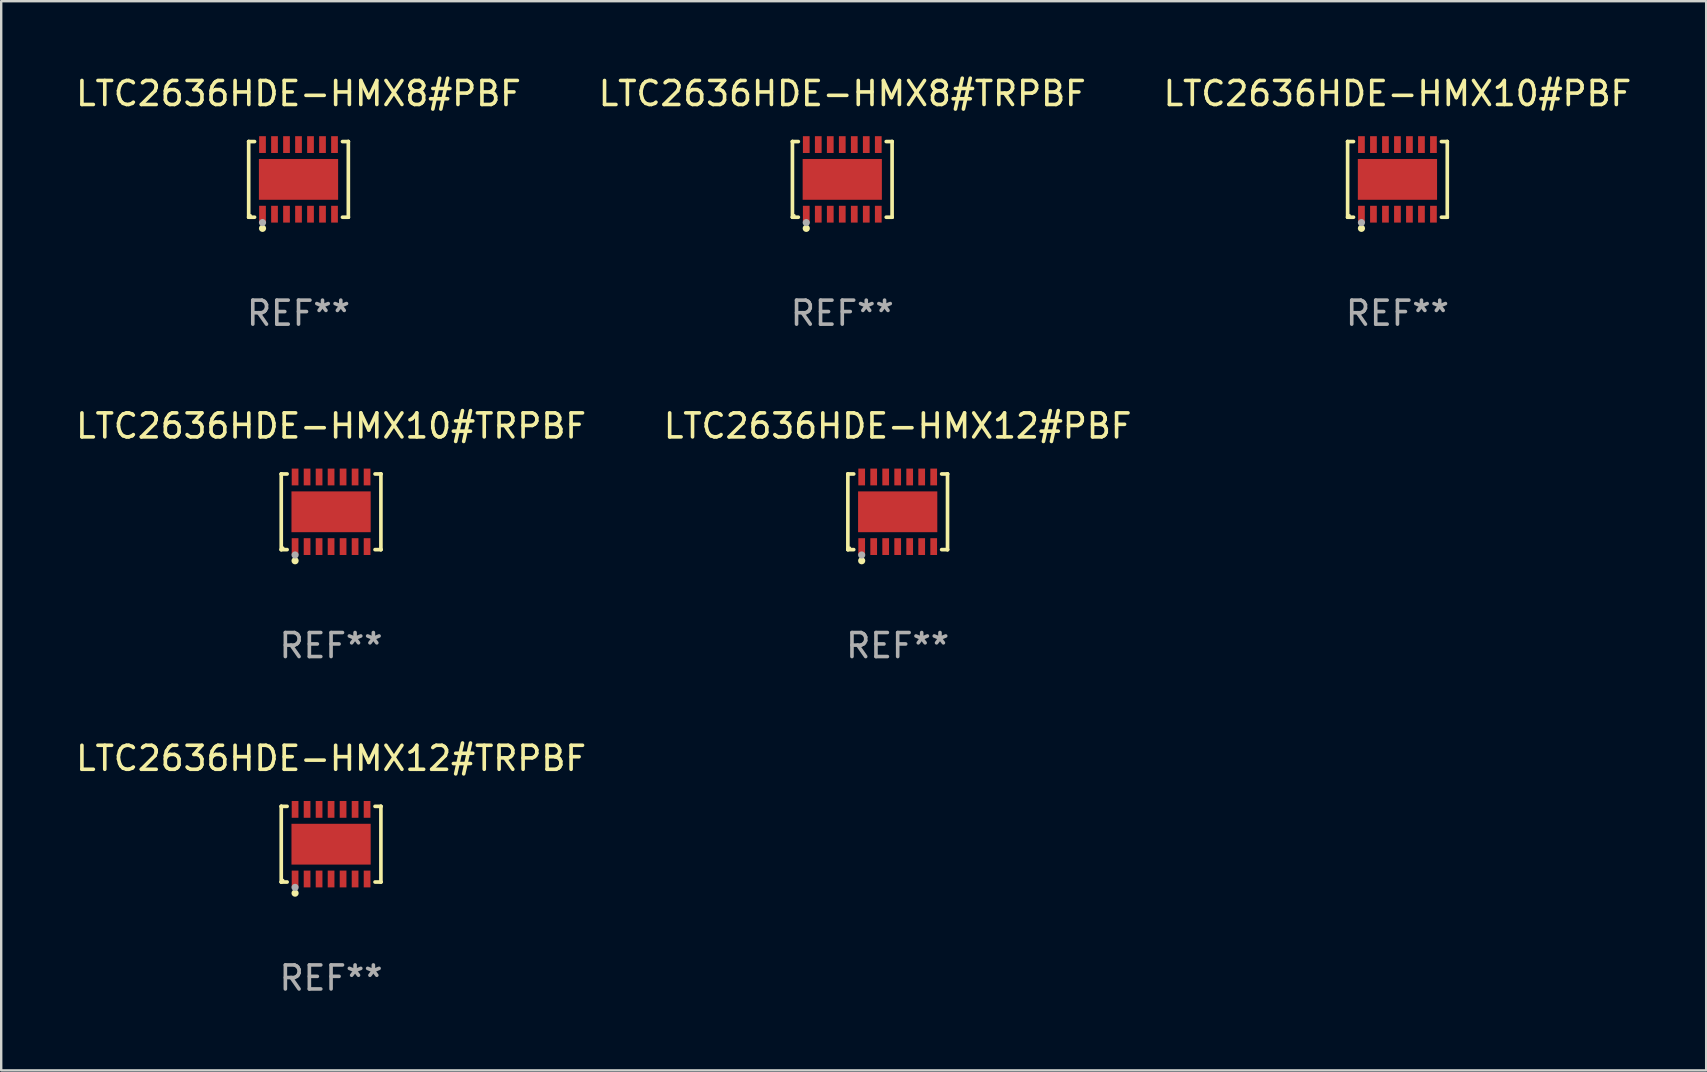
<source format=kicad_pcb>
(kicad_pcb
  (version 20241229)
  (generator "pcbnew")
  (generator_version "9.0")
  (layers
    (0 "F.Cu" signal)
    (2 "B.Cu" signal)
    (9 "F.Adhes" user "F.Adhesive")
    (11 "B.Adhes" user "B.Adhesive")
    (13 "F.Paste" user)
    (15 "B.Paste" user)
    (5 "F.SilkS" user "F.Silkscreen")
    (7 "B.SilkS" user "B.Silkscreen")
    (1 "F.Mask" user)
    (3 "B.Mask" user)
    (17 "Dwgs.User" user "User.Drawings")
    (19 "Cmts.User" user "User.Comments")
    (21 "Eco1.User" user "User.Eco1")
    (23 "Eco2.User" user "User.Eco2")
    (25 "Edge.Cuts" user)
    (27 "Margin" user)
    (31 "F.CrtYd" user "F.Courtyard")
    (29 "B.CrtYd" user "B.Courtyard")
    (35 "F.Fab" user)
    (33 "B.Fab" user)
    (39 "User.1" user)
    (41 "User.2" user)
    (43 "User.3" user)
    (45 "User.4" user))
  (footprint "LTC2636HDE-HMX10#PBF"
    (layer "F.Cu")
    (at 55.173 4.424)
    (property "Reference" "LTC2636HDE-HMX10#PBF" (at 0 -3.576 0) (layer "F.SilkS") (effects (font (size 1 1) (thickness 0.15))))
    (attr through_hole)
    (fp_line (start -2.076 -1.576) (end -2.076 -1.576) (stroke (width 0.152) (type solid)) (layer "F.SilkS"))
    (fp_line (start -2.076 -1.576) (end -1.831 -1.576) (stroke (width 0.152) (type solid)) (layer "F.SilkS"))
    (fp_line (start -2.076 1.576) (end -2.076 -1.576) (stroke (width 0.152) (type solid)) (layer "F.SilkS"))
    (fp_line (start -2.076 1.576) (end -2.076 1.576) (stroke (width 0.152) (type solid)) (layer "F.SilkS"))
    (fp_line (start -1.831 1.576) (end -2.076 1.576) (stroke (width 0.152) (type solid)) (layer "F.SilkS"))
    (fp_line (start 1.831 1.576) (end 2.076 1.576) (stroke (width 0.152) (type solid)) (layer "F.SilkS"))
    (fp_line (start 2.076 -1.576) (end 1.831 -1.576) (stroke (width 0.152) (type solid)) (layer "F.SilkS"))
    (fp_line (start 2.076 -1.576) (end 2.076 -1.576) (stroke (width 0.152) (type solid)) (layer "F.SilkS"))
    (fp_line (start 2.076 1.576) (end 2.076 -1.576) (stroke (width 0.152) (type solid)) (layer "F.SilkS"))
    (fp_line (start 2.076 1.576) (end 2.076 1.576) (stroke (width 0.152) (type solid)) (layer "F.SilkS"))
    (fp_circle (center -2 1.5) (end -1.97 1.5) (stroke (width 0.06) (type solid)) (fill no) (layer "F.SilkS"))
    (fp_circle (center -1.5 2.04) (end -1.425 2.04) (stroke (width 0.15) (type solid)) (fill no) (layer "F.SilkS"))
    (fp_circle (center -1.5 1.8) (end -1.425 1.8) (stroke (width 0.15) (type solid)) (fill no) (layer "F.Fab"))
    (fp_text user "REF**" (at 0 5.576 0) (layer "F.Fab") (effects (font (size 1 1) (thickness 0.15))))
    (pad "1" smd rect (at -1.5 1.45) (size 0.28 0.7) (layers "F.Cu" "F.Mask" "F.Paste"))
    (pad "2" smd rect (at -1 1.45) (size 0.28 0.7) (layers "F.Cu" "F.Mask" "F.Paste"))
    (pad "3" smd rect (at -0.5 1.45) (size 0.28 0.7) (layers "F.Cu" "F.Mask" "F.Paste"))
    (pad "4" smd rect (at 0 1.45) (size 0.28 0.7) (layers "F.Cu" "F.Mask" "F.Paste"))
    (pad "5" smd rect (at 0.5 1.45) (size 0.28 0.7) (layers "F.Cu" "F.Mask" "F.Paste"))
    (pad "6" smd rect (at 1 1.45) (size 0.28 0.7) (layers "F.Cu" "F.Mask" "F.Paste"))
    (pad "7" smd rect (at 1.5 1.45) (size 0.28 0.7) (layers "F.Cu" "F.Mask" "F.Paste"))
    (pad "8" smd rect (at 1.5 -1.45) (size 0.28 0.7) (layers "F.Cu" "F.Mask" "F.Paste"))
    (pad "9" smd rect (at 1 -1.45) (size 0.28 0.7) (layers "F.Cu" "F.Mask" "F.Paste"))
    (pad "10" smd rect (at 0.5 -1.45) (size 0.28 0.7) (layers "F.Cu" "F.Mask" "F.Paste"))
    (pad "11" smd rect (at 0 -1.45) (size 0.28 0.7) (layers "F.Cu" "F.Mask" "F.Paste"))
    (pad "12" smd rect (at -0.5 -1.45) (size 0.28 0.7) (layers "F.Cu" "F.Mask" "F.Paste"))
    (pad "13" smd rect (at -1 -1.45) (size 0.28 0.7) (layers "F.Cu" "F.Mask" "F.Paste"))
    (pad "14" smd rect (at -1.5 -1.45) (size 0.28 0.7) (layers "F.Cu" "F.Mask" "F.Paste"))
    (pad "15" smd rect (at 0 0) (size 3.3 1.7) (layers "F.Cu" "F.Mask" "F.Paste")))
  (footprint "LTC2636HDE-HMX12#TRPBF"
    (layer "F.Cu")
    (at 10.744 32.122)
    (property "Reference" "LTC2636HDE-HMX12#TRPBF" (at 0 -3.576 0) (layer "F.SilkS") (effects (font (size 1 1) (thickness 0.15))))
    (attr through_hole)
    (fp_line (start -2.076 -1.576) (end -2.076 -1.576) (stroke (width 0.152) (type solid)) (layer "F.SilkS"))
    (fp_line (start -2.076 -1.576) (end -1.831 -1.576) (stroke (width 0.152) (type solid)) (layer "F.SilkS"))
    (fp_line (start -2.076 1.576) (end -2.076 -1.576) (stroke (width 0.152) (type solid)) (layer "F.SilkS"))
    (fp_line (start -2.076 1.576) (end -2.076 1.576) (stroke (width 0.152) (type solid)) (layer "F.SilkS"))
    (fp_line (start -1.831 1.576) (end -2.076 1.576) (stroke (width 0.152) (type solid)) (layer "F.SilkS"))
    (fp_line (start 1.831 1.576) (end 2.076 1.576) (stroke (width 0.152) (type solid)) (layer "F.SilkS"))
    (fp_line (start 2.076 -1.576) (end 1.831 -1.576) (stroke (width 0.152) (type solid)) (layer "F.SilkS"))
    (fp_line (start 2.076 -1.576) (end 2.076 -1.576) (stroke (width 0.152) (type solid)) (layer "F.SilkS"))
    (fp_line (start 2.076 1.576) (end 2.076 -1.576) (stroke (width 0.152) (type solid)) (layer "F.SilkS"))
    (fp_line (start 2.076 1.576) (end 2.076 1.576) (stroke (width 0.152) (type solid)) (layer "F.SilkS"))
    (fp_circle (center -2 1.5) (end -1.97 1.5) (stroke (width 0.06) (type solid)) (fill no) (layer "F.SilkS"))
    (fp_circle (center -1.5 2.04) (end -1.425 2.04) (stroke (width 0.15) (type solid)) (fill no) (layer "F.SilkS"))
    (fp_circle (center -1.5 1.8) (end -1.425 1.8) (stroke (width 0.15) (type solid)) (fill no) (layer "F.Fab"))
    (fp_text user "REF**" (at 0 5.576 0) (layer "F.Fab") (effects (font (size 1 1) (thickness 0.15))))
    (pad "1" smd rect (at -1.5 1.45) (size 0.28 0.7) (layers "F.Cu" "F.Mask" "F.Paste"))
    (pad "2" smd rect (at -1 1.45) (size 0.28 0.7) (layers "F.Cu" "F.Mask" "F.Paste"))
    (pad "3" smd rect (at -0.5 1.45) (size 0.28 0.7) (layers "F.Cu" "F.Mask" "F.Paste"))
    (pad "4" smd rect (at 0 1.45) (size 0.28 0.7) (layers "F.Cu" "F.Mask" "F.Paste"))
    (pad "5" smd rect (at 0.5 1.45) (size 0.28 0.7) (layers "F.Cu" "F.Mask" "F.Paste"))
    (pad "6" smd rect (at 1 1.45) (size 0.28 0.7) (layers "F.Cu" "F.Mask" "F.Paste"))
    (pad "7" smd rect (at 1.5 1.45) (size 0.28 0.7) (layers "F.Cu" "F.Mask" "F.Paste"))
    (pad "8" smd rect (at 1.5 -1.45) (size 0.28 0.7) (layers "F.Cu" "F.Mask" "F.Paste"))
    (pad "9" smd rect (at 1 -1.45) (size 0.28 0.7) (layers "F.Cu" "F.Mask" "F.Paste"))
    (pad "10" smd rect (at 0.5 -1.45) (size 0.28 0.7) (layers "F.Cu" "F.Mask" "F.Paste"))
    (pad "11" smd rect (at 0 -1.45) (size 0.28 0.7) (layers "F.Cu" "F.Mask" "F.Paste"))
    (pad "12" smd rect (at -0.5 -1.45) (size 0.28 0.7) (layers "F.Cu" "F.Mask" "F.Paste"))
    (pad "13" smd rect (at -1 -1.45) (size 0.28 0.7) (layers "F.Cu" "F.Mask" "F.Paste"))
    (pad "14" smd rect (at -1.5 -1.45) (size 0.28 0.7) (layers "F.Cu" "F.Mask" "F.Paste"))
    (pad "15" smd rect (at 0 0) (size 3.3 1.7) (layers "F.Cu" "F.Mask" "F.Paste")))
  (footprint "LTC2636HDE-HMX12#PBF"
    (layer "F.Cu")
    (at 34.351 18.273)
    (property "Reference" "LTC2636HDE-HMX12#PBF" (at 0 -3.576 0) (layer "F.SilkS") (effects (font (size 1 1) (thickness 0.15))))
    (attr through_hole)
    (fp_line (start -2.076 -1.576) (end -2.076 -1.576) (stroke (width 0.152) (type solid)) (layer "F.SilkS"))
    (fp_line (start -2.076 -1.576) (end -1.831 -1.576) (stroke (width 0.152) (type solid)) (layer "F.SilkS"))
    (fp_line (start -2.076 1.576) (end -2.076 -1.576) (stroke (width 0.152) (type solid)) (layer "F.SilkS"))
    (fp_line (start -2.076 1.576) (end -2.076 1.576) (stroke (width 0.152) (type solid)) (layer "F.SilkS"))
    (fp_line (start -1.831 1.576) (end -2.076 1.576) (stroke (width 0.152) (type solid)) (layer "F.SilkS"))
    (fp_line (start 1.831 1.576) (end 2.076 1.576) (stroke (width 0.152) (type solid)) (layer "F.SilkS"))
    (fp_line (start 2.076 -1.576) (end 1.831 -1.576) (stroke (width 0.152) (type solid)) (layer "F.SilkS"))
    (fp_line (start 2.076 -1.576) (end 2.076 -1.576) (stroke (width 0.152) (type solid)) (layer "F.SilkS"))
    (fp_line (start 2.076 1.576) (end 2.076 -1.576) (stroke (width 0.152) (type solid)) (layer "F.SilkS"))
    (fp_line (start 2.076 1.576) (end 2.076 1.576) (stroke (width 0.152) (type solid)) (layer "F.SilkS"))
    (fp_circle (center -2 1.5) (end -1.97 1.5) (stroke (width 0.06) (type solid)) (fill no) (layer "F.SilkS"))
    (fp_circle (center -1.5 2.04) (end -1.425 2.04) (stroke (width 0.15) (type solid)) (fill no) (layer "F.SilkS"))
    (fp_circle (center -1.5 1.8) (end -1.425 1.8) (stroke (width 0.15) (type solid)) (fill no) (layer "F.Fab"))
    (fp_text user "REF**" (at 0 5.576 0) (layer "F.Fab") (effects (font (size 1 1) (thickness 0.15))))
    (pad "1" smd rect (at -1.5 1.45) (size 0.28 0.7) (layers "F.Cu" "F.Mask" "F.Paste"))
    (pad "2" smd rect (at -1 1.45) (size 0.28 0.7) (layers "F.Cu" "F.Mask" "F.Paste"))
    (pad "3" smd rect (at -0.5 1.45) (size 0.28 0.7) (layers "F.Cu" "F.Mask" "F.Paste"))
    (pad "4" smd rect (at 0 1.45) (size 0.28 0.7) (layers "F.Cu" "F.Mask" "F.Paste"))
    (pad "5" smd rect (at 0.5 1.45) (size 0.28 0.7) (layers "F.Cu" "F.Mask" "F.Paste"))
    (pad "6" smd rect (at 1 1.45) (size 0.28 0.7) (layers "F.Cu" "F.Mask" "F.Paste"))
    (pad "7" smd rect (at 1.5 1.45) (size 0.28 0.7) (layers "F.Cu" "F.Mask" "F.Paste"))
    (pad "8" smd rect (at 1.5 -1.45) (size 0.28 0.7) (layers "F.Cu" "F.Mask" "F.Paste"))
    (pad "9" smd rect (at 1 -1.45) (size 0.28 0.7) (layers "F.Cu" "F.Mask" "F.Paste"))
    (pad "10" smd rect (at 0.5 -1.45) (size 0.28 0.7) (layers "F.Cu" "F.Mask" "F.Paste"))
    (pad "11" smd rect (at 0 -1.45) (size 0.28 0.7) (layers "F.Cu" "F.Mask" "F.Paste"))
    (pad "12" smd rect (at -0.5 -1.45) (size 0.28 0.7) (layers "F.Cu" "F.Mask" "F.Paste"))
    (pad "13" smd rect (at -1 -1.45) (size 0.28 0.7) (layers "F.Cu" "F.Mask" "F.Paste"))
    (pad "14" smd rect (at -1.5 -1.45) (size 0.28 0.7) (layers "F.Cu" "F.Mask" "F.Paste"))
    (pad "15" smd rect (at 0 0) (size 3.3 1.7) (layers "F.Cu" "F.Mask" "F.Paste")))
  (footprint "LTC2636HDE-HMX10#TRPBF"
    (layer "F.Cu")
    (at 10.744 18.273)
    (property "Reference" "LTC2636HDE-HMX10#TRPBF" (at 0 -3.576 0) (layer "F.SilkS") (effects (font (size 1 1) (thickness 0.15))))
    (attr through_hole)
    (fp_line (start -2.076 -1.576) (end -2.076 -1.576) (stroke (width 0.152) (type solid)) (layer "F.SilkS"))
    (fp_line (start -2.076 -1.576) (end -1.831 -1.576) (stroke (width 0.152) (type solid)) (layer "F.SilkS"))
    (fp_line (start -2.076 1.576) (end -2.076 -1.576) (stroke (width 0.152) (type solid)) (layer "F.SilkS"))
    (fp_line (start -2.076 1.576) (end -2.076 1.576) (stroke (width 0.152) (type solid)) (layer "F.SilkS"))
    (fp_line (start -1.831 1.576) (end -2.076 1.576) (stroke (width 0.152) (type solid)) (layer "F.SilkS"))
    (fp_line (start 1.831 1.576) (end 2.076 1.576) (stroke (width 0.152) (type solid)) (layer "F.SilkS"))
    (fp_line (start 2.076 -1.576) (end 1.831 -1.576) (stroke (width 0.152) (type solid)) (layer "F.SilkS"))
    (fp_line (start 2.076 -1.576) (end 2.076 -1.576) (stroke (width 0.152) (type solid)) (layer "F.SilkS"))
    (fp_line (start 2.076 1.576) (end 2.076 -1.576) (stroke (width 0.152) (type solid)) (layer "F.SilkS"))
    (fp_line (start 2.076 1.576) (end 2.076 1.576) (stroke (width 0.152) (type solid)) (layer "F.SilkS"))
    (fp_circle (center -2 1.5) (end -1.97 1.5) (stroke (width 0.06) (type solid)) (fill no) (layer "F.SilkS"))
    (fp_circle (center -1.5 2.04) (end -1.425 2.04) (stroke (width 0.15) (type solid)) (fill no) (layer "F.SilkS"))
    (fp_circle (center -1.5 1.8) (end -1.425 1.8) (stroke (width 0.15) (type solid)) (fill no) (layer "F.Fab"))
    (fp_text user "REF**" (at 0 5.576 0) (layer "F.Fab") (effects (font (size 1 1) (thickness 0.15))))
    (pad "1" smd rect (at -1.5 1.45) (size 0.28 0.7) (layers "F.Cu" "F.Mask" "F.Paste"))
    (pad "2" smd rect (at -1 1.45) (size 0.28 0.7) (layers "F.Cu" "F.Mask" "F.Paste"))
    (pad "3" smd rect (at -0.5 1.45) (size 0.28 0.7) (layers "F.Cu" "F.Mask" "F.Paste"))
    (pad "4" smd rect (at 0 1.45) (size 0.28 0.7) (layers "F.Cu" "F.Mask" "F.Paste"))
    (pad "5" smd rect (at 0.5 1.45) (size 0.28 0.7) (layers "F.Cu" "F.Mask" "F.Paste"))
    (pad "6" smd rect (at 1 1.45) (size 0.28 0.7) (layers "F.Cu" "F.Mask" "F.Paste"))
    (pad "7" smd rect (at 1.5 1.45) (size 0.28 0.7) (layers "F.Cu" "F.Mask" "F.Paste"))
    (pad "8" smd rect (at 1.5 -1.45) (size 0.28 0.7) (layers "F.Cu" "F.Mask" "F.Paste"))
    (pad "9" smd rect (at 1 -1.45) (size 0.28 0.7) (layers "F.Cu" "F.Mask" "F.Paste"))
    (pad "10" smd rect (at 0.5 -1.45) (size 0.28 0.7) (layers "F.Cu" "F.Mask" "F.Paste"))
    (pad "11" smd rect (at 0 -1.45) (size 0.28 0.7) (layers "F.Cu" "F.Mask" "F.Paste"))
    (pad "12" smd rect (at -0.5 -1.45) (size 0.28 0.7) (layers "F.Cu" "F.Mask" "F.Paste"))
    (pad "13" smd rect (at -1 -1.45) (size 0.28 0.7) (layers "F.Cu" "F.Mask" "F.Paste"))
    (pad "14" smd rect (at -1.5 -1.45) (size 0.28 0.7) (layers "F.Cu" "F.Mask" "F.Paste"))
    (pad "15" smd rect (at 0 0) (size 3.3 1.7) (layers "F.Cu" "F.Mask" "F.Paste")))
  (footprint "LTC2636HDE-HMX8#PBF"
    (layer "F.Cu")
    (at 9.387 4.424)
    (property "Reference" "LTC2636HDE-HMX8#PBF" (at 0 -3.576 0) (layer "F.SilkS") (effects (font (size 1 1) (thickness 0.15))))
    (attr through_hole)
    (fp_line (start -2.076 -1.576) (end -2.076 -1.576) (stroke (width 0.152) (type solid)) (layer "F.SilkS"))
    (fp_line (start -2.076 -1.576) (end -1.831 -1.576) (stroke (width 0.152) (type solid)) (layer "F.SilkS"))
    (fp_line (start -2.076 1.576) (end -2.076 -1.576) (stroke (width 0.152) (type solid)) (layer "F.SilkS"))
    (fp_line (start -2.076 1.576) (end -2.076 1.576) (stroke (width 0.152) (type solid)) (layer "F.SilkS"))
    (fp_line (start -1.831 1.576) (end -2.076 1.576) (stroke (width 0.152) (type solid)) (layer "F.SilkS"))
    (fp_line (start 1.831 1.576) (end 2.076 1.576) (stroke (width 0.152) (type solid)) (layer "F.SilkS"))
    (fp_line (start 2.076 -1.576) (end 1.831 -1.576) (stroke (width 0.152) (type solid)) (layer "F.SilkS"))
    (fp_line (start 2.076 -1.576) (end 2.076 -1.576) (stroke (width 0.152) (type solid)) (layer "F.SilkS"))
    (fp_line (start 2.076 1.576) (end 2.076 -1.576) (stroke (width 0.152) (type solid)) (layer "F.SilkS"))
    (fp_line (start 2.076 1.576) (end 2.076 1.576) (stroke (width 0.152) (type solid)) (layer "F.SilkS"))
    (fp_circle (center -2 1.5) (end -1.97 1.5) (stroke (width 0.06) (type solid)) (fill no) (layer "F.SilkS"))
    (fp_circle (center -1.5 2.04) (end -1.425 2.04) (stroke (width 0.15) (type solid)) (fill no) (layer "F.SilkS"))
    (fp_circle (center -1.5 1.8) (end -1.425 1.8) (stroke (width 0.15) (type solid)) (fill no) (layer "F.Fab"))
    (fp_text user "REF**" (at 0 5.576 0) (layer "F.Fab") (effects (font (size 1 1) (thickness 0.15))))
    (pad "1" smd rect (at -1.5 1.45) (size 0.28 0.7) (layers "F.Cu" "F.Mask" "F.Paste"))
    (pad "2" smd rect (at -1 1.45) (size 0.28 0.7) (layers "F.Cu" "F.Mask" "F.Paste"))
    (pad "3" smd rect (at -0.5 1.45) (size 0.28 0.7) (layers "F.Cu" "F.Mask" "F.Paste"))
    (pad "4" smd rect (at 0 1.45) (size 0.28 0.7) (layers "F.Cu" "F.Mask" "F.Paste"))
    (pad "5" smd rect (at 0.5 1.45) (size 0.28 0.7) (layers "F.Cu" "F.Mask" "F.Paste"))
    (pad "6" smd rect (at 1 1.45) (size 0.28 0.7) (layers "F.Cu" "F.Mask" "F.Paste"))
    (pad "7" smd rect (at 1.5 1.45) (size 0.28 0.7) (layers "F.Cu" "F.Mask" "F.Paste"))
    (pad "8" smd rect (at 1.5 -1.45) (size 0.28 0.7) (layers "F.Cu" "F.Mask" "F.Paste"))
    (pad "9" smd rect (at 1 -1.45) (size 0.28 0.7) (layers "F.Cu" "F.Mask" "F.Paste"))
    (pad "10" smd rect (at 0.5 -1.45) (size 0.28 0.7) (layers "F.Cu" "F.Mask" "F.Paste"))
    (pad "11" smd rect (at 0 -1.45) (size 0.28 0.7) (layers "F.Cu" "F.Mask" "F.Paste"))
    (pad "12" smd rect (at -0.5 -1.45) (size 0.28 0.7) (layers "F.Cu" "F.Mask" "F.Paste"))
    (pad "13" smd rect (at -1 -1.45) (size 0.28 0.7) (layers "F.Cu" "F.Mask" "F.Paste"))
    (pad "14" smd rect (at -1.5 -1.45) (size 0.28 0.7) (layers "F.Cu" "F.Mask" "F.Paste"))
    (pad "15" smd rect (at 0 0) (size 3.3 1.7) (layers "F.Cu" "F.Mask" "F.Paste")))
  (footprint "LTC2636HDE-HMX8#TRPBF"
    (layer "F.Cu")
    (at 32.042 4.424)
    (property "Reference" "LTC2636HDE-HMX8#TRPBF" (at 0 -3.576 0) (layer "F.SilkS") (effects (font (size 1 1) (thickness 0.15))))
    (attr through_hole)
    (fp_line (start -2.076 -1.576) (end -2.076 -1.576) (stroke (width 0.152) (type solid)) (layer "F.SilkS"))
    (fp_line (start -2.076 -1.576) (end -1.831 -1.576) (stroke (width 0.152) (type solid)) (layer "F.SilkS"))
    (fp_line (start -2.076 1.576) (end -2.076 -1.576) (stroke (width 0.152) (type solid)) (layer "F.SilkS"))
    (fp_line (start -2.076 1.576) (end -2.076 1.576) (stroke (width 0.152) (type solid)) (layer "F.SilkS"))
    (fp_line (start -1.831 1.576) (end -2.076 1.576) (stroke (width 0.152) (type solid)) (layer "F.SilkS"))
    (fp_line (start 1.831 1.576) (end 2.076 1.576) (stroke (width 0.152) (type solid)) (layer "F.SilkS"))
    (fp_line (start 2.076 -1.576) (end 1.831 -1.576) (stroke (width 0.152) (type solid)) (layer "F.SilkS"))
    (fp_line (start 2.076 -1.576) (end 2.076 -1.576) (stroke (width 0.152) (type solid)) (layer "F.SilkS"))
    (fp_line (start 2.076 1.576) (end 2.076 -1.576) (stroke (width 0.152) (type solid)) (layer "F.SilkS"))
    (fp_line (start 2.076 1.576) (end 2.076 1.576) (stroke (width 0.152) (type solid)) (layer "F.SilkS"))
    (fp_circle (center -2 1.5) (end -1.97 1.5) (stroke (width 0.06) (type solid)) (fill no) (layer "F.SilkS"))
    (fp_circle (center -1.5 2.04) (end -1.425 2.04) (stroke (width 0.15) (type solid)) (fill no) (layer "F.SilkS"))
    (fp_circle (center -1.5 1.8) (end -1.425 1.8) (stroke (width 0.15) (type solid)) (fill no) (layer "F.Fab"))
    (fp_text user "REF**" (at 0 5.576 0) (layer "F.Fab") (effects (font (size 1 1) (thickness 0.15))))
    (pad "1" smd rect (at -1.5 1.45) (size 0.28 0.7) (layers "F.Cu" "F.Mask" "F.Paste"))
    (pad "2" smd rect (at -1 1.45) (size 0.28 0.7) (layers "F.Cu" "F.Mask" "F.Paste"))
    (pad "3" smd rect (at -0.5 1.45) (size 0.28 0.7) (layers "F.Cu" "F.Mask" "F.Paste"))
    (pad "4" smd rect (at 0 1.45) (size 0.28 0.7) (layers "F.Cu" "F.Mask" "F.Paste"))
    (pad "5" smd rect (at 0.5 1.45) (size 0.28 0.7) (layers "F.Cu" "F.Mask" "F.Paste"))
    (pad "6" smd rect (at 1 1.45) (size 0.28 0.7) (layers "F.Cu" "F.Mask" "F.Paste"))
    (pad "7" smd rect (at 1.5 1.45) (size 0.28 0.7) (layers "F.Cu" "F.Mask" "F.Paste"))
    (pad "8" smd rect (at 1.5 -1.45) (size 0.28 0.7) (layers "F.Cu" "F.Mask" "F.Paste"))
    (pad "9" smd rect (at 1 -1.45) (size 0.28 0.7) (layers "F.Cu" "F.Mask" "F.Paste"))
    (pad "10" smd rect (at 0.5 -1.45) (size 0.28 0.7) (layers "F.Cu" "F.Mask" "F.Paste"))
    (pad "11" smd rect (at 0 -1.45) (size 0.28 0.7) (layers "F.Cu" "F.Mask" "F.Paste"))
    (pad "12" smd rect (at -0.5 -1.45) (size 0.28 0.7) (layers "F.Cu" "F.Mask" "F.Paste"))
    (pad "13" smd rect (at -1 -1.45) (size 0.28 0.7) (layers "F.Cu" "F.Mask" "F.Paste"))
    (pad "14" smd rect (at -1.5 -1.45) (size 0.28 0.7) (layers "F.Cu" "F.Mask" "F.Paste"))
    (pad "15" smd rect (at 0 0) (size 3.3 1.7) (layers "F.Cu" "F.Mask" "F.Paste")))
  (gr_rect
    (start -3 -3)
    (end 68.036 41.547)
    (stroke (width 0.1) (type default))
    (fill no)
    (layer "Edge.Cuts")))
</source>
